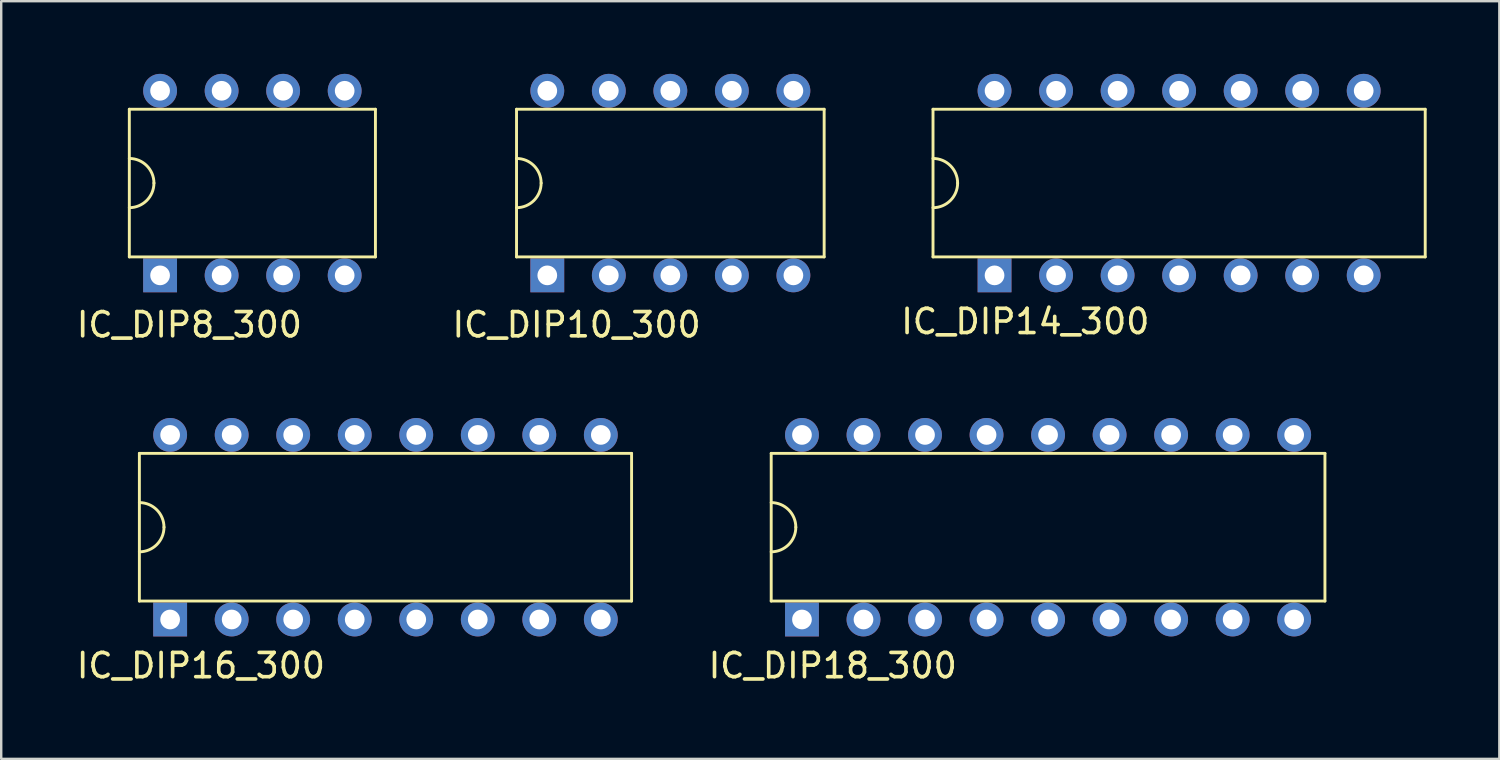
<source format=kicad_pcb>
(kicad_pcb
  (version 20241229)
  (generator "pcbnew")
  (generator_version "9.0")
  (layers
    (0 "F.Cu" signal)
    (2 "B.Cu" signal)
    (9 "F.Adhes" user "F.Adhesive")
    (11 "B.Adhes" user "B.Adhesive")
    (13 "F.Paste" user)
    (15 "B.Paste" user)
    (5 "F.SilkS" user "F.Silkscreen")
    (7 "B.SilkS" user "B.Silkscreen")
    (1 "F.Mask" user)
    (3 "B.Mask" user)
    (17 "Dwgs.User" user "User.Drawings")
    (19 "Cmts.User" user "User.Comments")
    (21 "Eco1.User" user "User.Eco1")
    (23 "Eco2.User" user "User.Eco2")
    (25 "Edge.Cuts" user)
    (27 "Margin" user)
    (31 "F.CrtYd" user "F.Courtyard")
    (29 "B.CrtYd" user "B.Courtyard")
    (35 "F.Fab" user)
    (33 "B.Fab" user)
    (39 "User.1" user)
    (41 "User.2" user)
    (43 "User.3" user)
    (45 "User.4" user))
  (footprint "IC_DIP10_300"
    (layer "F.Cu")
    (at 24.624 4.508)
    (property "Reference" "IC_DIP10_300" (at -3.871 5.85 0) (layer "F.SilkS") (effects (font (size 1 1) (thickness 0.15))))
    (attr through_hole)
    (fp_line (start -6.35 -3.048) (end 6.35 -3.048) (stroke (width 0.12) (type solid)) (layer "F.SilkS"))
    (fp_line (start -6.35 3.048) (end -6.35 -3.048) (stroke (width 0.12) (type solid)) (layer "F.SilkS"))
    (fp_line (start 6.35 -3.048) (end 6.35 3.048) (stroke (width 0.12) (type solid)) (layer "F.SilkS"))
    (fp_line (start 6.35 3.048) (end -6.35 3.048) (stroke (width 0.12) (type solid)) (layer "F.SilkS"))
    (fp_arc (start -6.35 -1.016) (mid -5.63158 -0.71842) (end -5.334 0) (stroke (width 0.12) (type solid)) (layer "F.SilkS"))
    (fp_arc (start -5.334 0) (mid -5.63158 0.71842) (end -6.35 1.016) (stroke (width 0.12) (type solid)) (layer "F.SilkS"))
    (pad "1" thru_hole rect (at -5.08 3.81) (size 1.397 1.397) (drill 0.813) (layers "*.Cu" "*.Mask"))
    (pad "2" thru_hole circle (at -2.54 3.81) (size 1.397 1.397) (drill 0.813) (layers "*.Cu" "*.Mask"))
    (pad "3" thru_hole circle (at 0 3.81) (size 1.397 1.397) (drill 0.813) (layers "*.Cu" "*.Mask"))
    (pad "4" thru_hole circle (at 2.54 3.81) (size 1.397 1.397) (drill 0.813) (layers "*.Cu" "*.Mask"))
    (pad "5" thru_hole circle (at 5.08 3.81) (size 1.397 1.397) (drill 0.813) (layers "*.Cu" "*.Mask"))
    (pad "6" thru_hole circle (at 5.08 -3.81) (size 1.397 1.397) (drill 0.813) (layers "*.Cu" "*.Mask"))
    (pad "7" thru_hole circle (at 2.54 -3.81) (size 1.397 1.397) (drill 0.813) (layers "*.Cu" "*.Mask"))
    (pad "8" thru_hole circle (at 0 -3.81) (size 1.397 1.397) (drill 0.813) (layers "*.Cu" "*.Mask"))
    (pad "9" thru_hole circle (at -2.54 -3.81) (size 1.397 1.397) (drill 0.813) (layers "*.Cu" "*.Mask"))
    (pad "10" thru_hole circle (at -5.08 -3.81) (size 1.397 1.397) (drill 0.813) (layers "*.Cu" "*.Mask")))
  (footprint "IC_DIP14_300"
    (layer "F.Cu")
    (at 45.628 4.508)
    (property "Reference" "IC_DIP14_300" (at -6.35 5.715 0) (layer "F.SilkS") (effects (font (size 1 1) (thickness 0.15))))
    (attr through_hole)
    (fp_line (start -10.16 -3.048) (end 10.16 -3.048) (stroke (width 0.12) (type solid)) (layer "F.SilkS"))
    (fp_line (start -10.16 3.048) (end -10.16 -3.048) (stroke (width 0.12) (type solid)) (layer "F.SilkS"))
    (fp_line (start 10.16 -3.048) (end 10.16 3.048) (stroke (width 0.12) (type solid)) (layer "F.SilkS"))
    (fp_line (start 10.16 3.048) (end -10.16 3.048) (stroke (width 0.12) (type solid)) (layer "F.SilkS"))
    (fp_arc (start -10.16 -1.016) (mid -9.44158 -0.71842) (end -9.144 0) (stroke (width 0.12) (type solid)) (layer "F.SilkS"))
    (fp_arc (start -9.144 0) (mid -9.44158 0.71842) (end -10.16 1.016) (stroke (width 0.12) (type solid)) (layer "F.SilkS"))
    (pad "1" thru_hole rect (at -7.62 3.81) (size 1.397 1.397) (drill 0.813) (layers "*.Cu" "*.Mask"))
    (pad "2" thru_hole circle (at -5.08 3.81) (size 1.397 1.397) (drill 0.813) (layers "*.Cu" "*.Mask"))
    (pad "3" thru_hole circle (at -2.54 3.81) (size 1.397 1.397) (drill 0.813) (layers "*.Cu" "*.Mask"))
    (pad "4" thru_hole circle (at 0 3.81) (size 1.397 1.397) (drill 0.813) (layers "*.Cu" "*.Mask"))
    (pad "5" thru_hole circle (at 2.54 3.81) (size 1.397 1.397) (drill 0.813) (layers "*.Cu" "*.Mask"))
    (pad "6" thru_hole circle (at 5.08 3.81) (size 1.397 1.397) (drill 0.813) (layers "*.Cu" "*.Mask"))
    (pad "7" thru_hole circle (at 7.62 3.81) (size 1.397 1.397) (drill 0.813) (layers "*.Cu" "*.Mask"))
    (pad "8" thru_hole circle (at 7.62 -3.81) (size 1.397 1.397) (drill 0.813) (layers "*.Cu" "*.Mask"))
    (pad "9" thru_hole circle (at 5.08 -3.81) (size 1.397 1.397) (drill 0.813) (layers "*.Cu" "*.Mask"))
    (pad "10" thru_hole circle (at 2.54 -3.81) (size 1.397 1.397) (drill 0.813) (layers "*.Cu" "*.Mask"))
    (pad "11" thru_hole circle (at 0 -3.81) (size 1.397 1.397) (drill 0.813) (layers "*.Cu" "*.Mask"))
    (pad "12" thru_hole circle (at -2.54 -3.81) (size 1.397 1.397) (drill 0.813) (layers "*.Cu" "*.Mask"))
    (pad "13" thru_hole circle (at -5.08 -3.81) (size 1.397 1.397) (drill 0.813) (layers "*.Cu" "*.Mask"))
    (pad "14" thru_hole circle (at -7.62 -3.81) (size 1.397 1.397) (drill 0.813) (layers "*.Cu" "*.Mask")))
  (footprint "IC_DIP8_300"
    (layer "F.Cu")
    (at 7.369 4.508)
    (property "Reference" "IC_DIP8_300" (at -2.601 5.85 0) (layer "F.SilkS") (effects (font (size 1 1) (thickness 0.15))))
    (attr through_hole)
    (fp_line (start -5.08 -3.048) (end 5.08 -3.048) (stroke (width 0.12) (type solid)) (layer "F.SilkS"))
    (fp_line (start -5.08 3.048) (end -5.08 -3.048) (stroke (width 0.12) (type solid)) (layer "F.SilkS"))
    (fp_line (start 5.08 -3.048) (end 5.08 3.048) (stroke (width 0.12) (type solid)) (layer "F.SilkS"))
    (fp_line (start 5.08 3.048) (end -5.08 3.048) (stroke (width 0.12) (type solid)) (layer "F.SilkS"))
    (fp_arc (start -5.08 -1.016) (mid -4.36158 -0.71842) (end -4.064 0) (stroke (width 0.12) (type solid)) (layer "F.SilkS"))
    (fp_arc (start -4.064 0) (mid -4.36158 0.71842) (end -5.08 1.016) (stroke (width 0.12) (type solid)) (layer "F.SilkS"))
    (pad "1" thru_hole rect (at -3.81 3.81) (size 1.397 1.397) (drill 0.813) (layers "*.Cu" "*.Mask"))
    (pad "2" thru_hole circle (at -1.27 3.81) (size 1.397 1.397) (drill 0.813) (layers "*.Cu" "*.Mask"))
    (pad "3" thru_hole circle (at 1.27 3.81) (size 1.397 1.397) (drill 0.813) (layers "*.Cu" "*.Mask"))
    (pad "4" thru_hole circle (at 3.81 3.81) (size 1.397 1.397) (drill 0.813) (layers "*.Cu" "*.Mask"))
    (pad "5" thru_hole circle (at 3.81 -3.81) (size 1.397 1.397) (drill 0.813) (layers "*.Cu" "*.Mask"))
    (pad "6" thru_hole circle (at 1.27 -3.81) (size 1.397 1.397) (drill 0.813) (layers "*.Cu" "*.Mask"))
    (pad "7" thru_hole circle (at -1.27 -3.81) (size 1.397 1.397) (drill 0.813) (layers "*.Cu" "*.Mask"))
    (pad "8" thru_hole circle (at -3.81 -3.81) (size 1.397 1.397) (drill 0.813) (layers "*.Cu" "*.Mask")))
  (footprint "IC_DIP18_300"
    (layer "F.Cu")
    (at 40.218 18.715)
    (property "Reference" "IC_DIP18_300" (at -8.89 5.715 0) (layer "F.SilkS") (effects (font (size 1 1) (thickness 0.15))))
    (attr through_hole)
    (fp_line (start -11.43 -3.048) (end 11.43 -3.048) (stroke (width 0.12) (type solid)) (layer "F.SilkS"))
    (fp_line (start -11.43 3.048) (end -11.43 -3.048) (stroke (width 0.12) (type solid)) (layer "F.SilkS"))
    (fp_line (start 11.43 -3.048) (end 11.43 3.048) (stroke (width 0.12) (type solid)) (layer "F.SilkS"))
    (fp_line (start 11.43 3.048) (end -11.43 3.048) (stroke (width 0.12) (type solid)) (layer "F.SilkS"))
    (fp_arc (start -11.43 -1.016) (mid -10.71158 -0.71842) (end -10.414 0) (stroke (width 0.12) (type solid)) (layer "F.SilkS"))
    (fp_arc (start -10.414 0) (mid -10.71158 0.71842) (end -11.43 1.016) (stroke (width 0.12) (type solid)) (layer "F.SilkS"))
    (pad "1" thru_hole rect (at -10.16 3.81) (size 1.397 1.397) (drill 0.813) (layers "*.Cu" "*.Mask"))
    (pad "2" thru_hole circle (at -7.62 3.81) (size 1.397 1.397) (drill 0.813) (layers "*.Cu" "*.Mask"))
    (pad "3" thru_hole circle (at -5.08 3.81) (size 1.397 1.397) (drill 0.813) (layers "*.Cu" "*.Mask"))
    (pad "4" thru_hole circle (at -2.54 3.81) (size 1.397 1.397) (drill 0.813) (layers "*.Cu" "*.Mask"))
    (pad "5" thru_hole circle (at 0 3.81) (size 1.397 1.397) (drill 0.813) (layers "*.Cu" "*.Mask"))
    (pad "6" thru_hole circle (at 2.54 3.81) (size 1.397 1.397) (drill 0.813) (layers "*.Cu" "*.Mask"))
    (pad "7" thru_hole circle (at 5.08 3.81) (size 1.397 1.397) (drill 0.813) (layers "*.Cu" "*.Mask"))
    (pad "8" thru_hole circle (at 7.62 3.81) (size 1.397 1.397) (drill 0.813) (layers "*.Cu" "*.Mask"))
    (pad "9" thru_hole circle (at 10.16 3.81) (size 1.397 1.397) (drill 0.813) (layers "*.Cu" "*.Mask"))
    (pad "10" thru_hole circle (at 10.16 -3.81) (size 1.397 1.397) (drill 0.813) (layers "*.Cu" "*.Mask"))
    (pad "11" thru_hole circle (at 7.62 -3.81) (size 1.397 1.397) (drill 0.813) (layers "*.Cu" "*.Mask"))
    (pad "12" thru_hole circle (at 5.08 -3.81) (size 1.397 1.397) (drill 0.813) (layers "*.Cu" "*.Mask"))
    (pad "13" thru_hole circle (at 2.54 -3.81) (size 1.397 1.397) (drill 0.813) (layers "*.Cu" "*.Mask"))
    (pad "14" thru_hole circle (at 0 -3.81) (size 1.397 1.397) (drill 0.813) (layers "*.Cu" "*.Mask"))
    (pad "15" thru_hole circle (at -2.54 -3.81) (size 1.397 1.397) (drill 0.813) (layers "*.Cu" "*.Mask"))
    (pad "16" thru_hole circle (at -5.08 -3.81) (size 1.397 1.397) (drill 0.813) (layers "*.Cu" "*.Mask"))
    (pad "17" thru_hole circle (at -7.62 -3.81) (size 1.397 1.397) (drill 0.813) (layers "*.Cu" "*.Mask"))
    (pad "18" thru_hole circle (at -10.16 -3.81) (size 1.397 1.397) (drill 0.813) (layers "*.Cu" "*.Mask")))
  (footprint "IC_DIP16_300"
    (layer "F.Cu")
    (at 12.864 18.715)
    (property "Reference" "IC_DIP16_300" (at -7.62 5.715 0) (layer "F.SilkS") (effects (font (size 1 1) (thickness 0.15))))
    (attr through_hole)
    (fp_line (start -10.16 -3.048) (end 10.16 -3.048) (stroke (width 0.12) (type solid)) (layer "F.SilkS"))
    (fp_line (start -10.16 3.048) (end -10.16 -3.048) (stroke (width 0.12) (type solid)) (layer "F.SilkS"))
    (fp_line (start 10.16 -3.048) (end 10.16 3.048) (stroke (width 0.12) (type solid)) (layer "F.SilkS"))
    (fp_line (start 10.16 3.048) (end -10.16 3.048) (stroke (width 0.12) (type solid)) (layer "F.SilkS"))
    (fp_arc (start -10.16 -1.016) (mid -9.44158 -0.71842) (end -9.144 0) (stroke (width 0.12) (type solid)) (layer "F.SilkS"))
    (fp_arc (start -9.144 0) (mid -9.44158 0.71842) (end -10.16 1.016) (stroke (width 0.12) (type solid)) (layer "F.SilkS"))
    (pad "1" thru_hole rect (at -8.89 3.81) (size 1.397 1.397) (drill 0.813) (layers "*.Cu" "*.Mask"))
    (pad "2" thru_hole circle (at -6.35 3.81) (size 1.397 1.397) (drill 0.813) (layers "*.Cu" "*.Mask"))
    (pad "3" thru_hole circle (at -3.81 3.81) (size 1.397 1.397) (drill 0.813) (layers "*.Cu" "*.Mask"))
    (pad "4" thru_hole circle (at -1.27 3.81) (size 1.397 1.397) (drill 0.813) (layers "*.Cu" "*.Mask"))
    (pad "5" thru_hole circle (at 1.27 3.81) (size 1.397 1.397) (drill 0.813) (layers "*.Cu" "*.Mask"))
    (pad "6" thru_hole circle (at 3.81 3.81) (size 1.397 1.397) (drill 0.813) (layers "*.Cu" "*.Mask"))
    (pad "7" thru_hole circle (at 6.35 3.81) (size 1.397 1.397) (drill 0.813) (layers "*.Cu" "*.Mask"))
    (pad "8" thru_hole circle (at 8.89 3.81) (size 1.397 1.397) (drill 0.813) (layers "*.Cu" "*.Mask"))
    (pad "9" thru_hole circle (at 8.89 -3.81) (size 1.397 1.397) (drill 0.813) (layers "*.Cu" "*.Mask"))
    (pad "10" thru_hole circle (at 6.35 -3.81) (size 1.397 1.397) (drill 0.813) (layers "*.Cu" "*.Mask"))
    (pad "11" thru_hole circle (at 3.81 -3.81) (size 1.397 1.397) (drill 0.813) (layers "*.Cu" "*.Mask"))
    (pad "12" thru_hole circle (at 1.27 -3.81) (size 1.397 1.397) (drill 0.813) (layers "*.Cu" "*.Mask"))
    (pad "13" thru_hole circle (at -1.27 -3.81) (size 1.397 1.397) (drill 0.813) (layers "*.Cu" "*.Mask"))
    (pad "14" thru_hole circle (at -3.81 -3.81) (size 1.397 1.397) (drill 0.813) (layers "*.Cu" "*.Mask"))
    (pad "15" thru_hole circle (at -6.35 -3.81) (size 1.397 1.397) (drill 0.813) (layers "*.Cu" "*.Mask"))
    (pad "16" thru_hole circle (at -8.89 -3.81) (size 1.397 1.397) (drill 0.813) (layers "*.Cu" "*.Mask")))
  (gr_rect
    (start -3 -3)
    (end 58.848 28.278)
    (stroke (width 0.1) (type default))
    (fill no)
    (layer "Edge.Cuts")))
</source>
